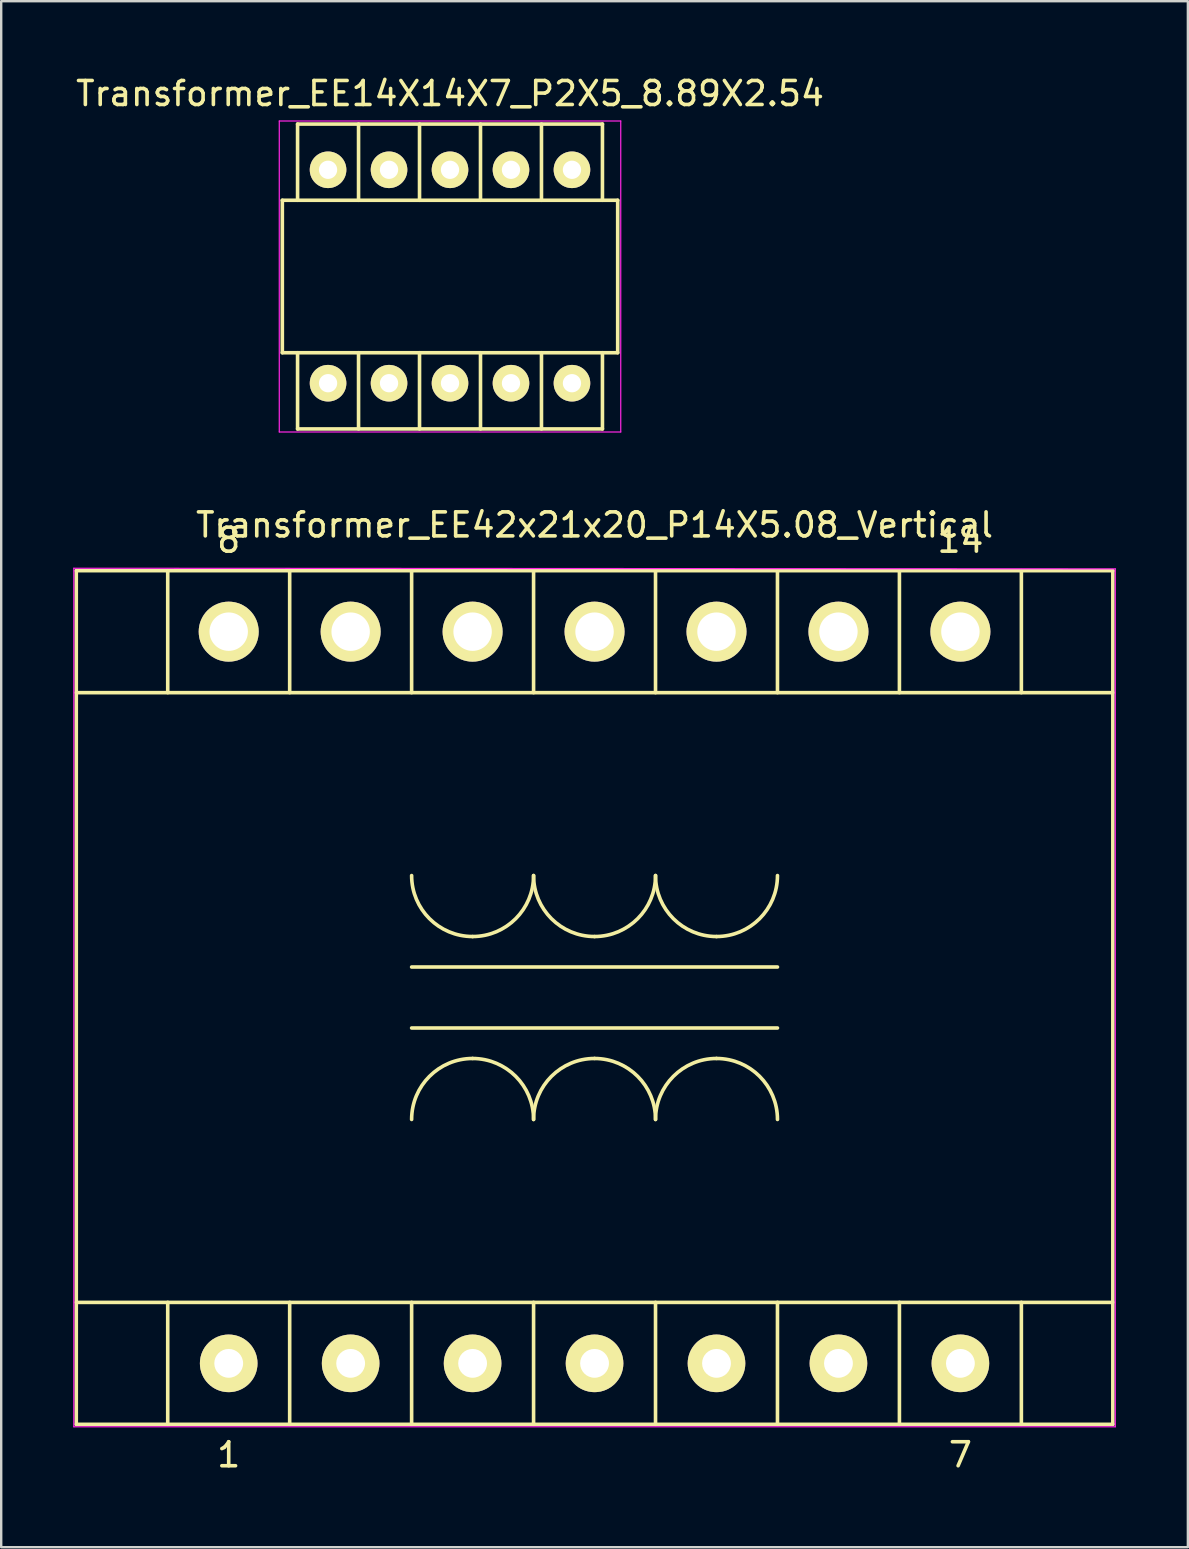
<source format=kicad_pcb>
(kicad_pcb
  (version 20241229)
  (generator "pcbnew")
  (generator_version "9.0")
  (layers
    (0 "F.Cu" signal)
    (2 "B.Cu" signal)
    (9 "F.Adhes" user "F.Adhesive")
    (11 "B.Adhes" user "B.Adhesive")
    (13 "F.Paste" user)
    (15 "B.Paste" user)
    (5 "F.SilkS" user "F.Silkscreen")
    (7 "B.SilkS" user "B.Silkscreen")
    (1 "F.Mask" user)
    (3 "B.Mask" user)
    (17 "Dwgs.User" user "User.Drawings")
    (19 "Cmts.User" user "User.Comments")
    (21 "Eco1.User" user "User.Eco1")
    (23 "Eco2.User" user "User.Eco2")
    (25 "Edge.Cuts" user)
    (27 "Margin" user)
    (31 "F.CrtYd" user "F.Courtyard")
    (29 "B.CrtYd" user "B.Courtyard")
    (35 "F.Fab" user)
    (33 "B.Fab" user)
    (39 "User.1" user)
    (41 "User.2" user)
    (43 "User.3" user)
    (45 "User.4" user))
  (footprint "Transformer_EE14X14X7_P2X5_8.89X2.54"
    (layer "F.Cu")
    (at 10.616 12.913)
    (property "Reference" "Transformer_EE14X14X7_P2X5_8.89X2.54" (at 5.08 -12.065 0) (layer "F.SilkS") (effects (font (size 1 1) (thickness 0.15))))
    (attr through_hole)
    (fp_line (start -1.905 -7.62) (end -1.905 -1.27) (stroke (width 0.15) (type solid)) (layer "F.SilkS"))
    (fp_line (start -1.905 -7.62) (end 12.065 -7.62) (stroke (width 0.15) (type solid)) (layer "F.SilkS"))
    (fp_line (start -1.905 -1.27) (end 12.065 -1.27) (stroke (width 0.15) (type solid)) (layer "F.SilkS"))
    (fp_line (start -1.27 -10.795) (end 11.43 -10.795) (stroke (width 0.15) (type solid)) (layer "F.SilkS"))
    (fp_line (start -1.27 -7.62) (end -1.27 -10.795) (stroke (width 0.15) (type solid)) (layer "F.SilkS"))
    (fp_line (start -1.27 -1.27) (end -1.27 1.905) (stroke (width 0.15) (type solid)) (layer "F.SilkS"))
    (fp_line (start -1.27 1.905) (end 11.43 1.905) (stroke (width 0.15) (type solid)) (layer "F.SilkS"))
    (fp_line (start 1.27 -7.62) (end 1.27 -10.795) (stroke (width 0.15) (type solid)) (layer "F.SilkS"))
    (fp_line (start 1.27 -1.27) (end 1.27 1.905) (stroke (width 0.15) (type solid)) (layer "F.SilkS"))
    (fp_line (start 3.81 -7.62) (end 3.81 -10.795) (stroke (width 0.15) (type solid)) (layer "F.SilkS"))
    (fp_line (start 3.81 -1.27) (end 3.81 1.905) (stroke (width 0.15) (type solid)) (layer "F.SilkS"))
    (fp_line (start 6.35 -7.62) (end 6.35 -10.795) (stroke (width 0.15) (type solid)) (layer "F.SilkS"))
    (fp_line (start 6.35 -1.27) (end 6.35 1.905) (stroke (width 0.15) (type solid)) (layer "F.SilkS"))
    (fp_line (start 8.89 -7.62) (end 8.89 -10.795) (stroke (width 0.15) (type solid)) (layer "F.SilkS"))
    (fp_line (start 8.89 -1.27) (end 8.89 1.905) (stroke (width 0.15) (type solid)) (layer "F.SilkS"))
    (fp_line (start 11.43 -7.62) (end 11.43 -10.795) (stroke (width 0.15) (type solid)) (layer "F.SilkS"))
    (fp_line (start 11.43 -1.27) (end 11.43 1.905) (stroke (width 0.15) (type solid)) (layer "F.SilkS"))
    (fp_line (start 12.065 -7.62) (end 12.065 -1.27) (stroke (width 0.15) (type solid)) (layer "F.SilkS"))
    (fp_line (start -2.032 -10.922) (end 12.192 -10.922) (stroke (width 0.05) (type solid)) (layer "F.CrtYd"))
    (fp_line (start -2.032 2.032) (end -2.032 -10.922) (stroke (width 0.05) (type solid)) (layer "F.CrtYd"))
    (fp_line (start 12.192 -10.922) (end 12.192 2.032) (stroke (width 0.05) (type solid)) (layer "F.CrtYd"))
    (fp_line (start 12.192 2.032) (end -2.032 2.032) (stroke (width 0.05) (type solid)) (layer "F.CrtYd"))
    (pad "1" thru_hole circle (at 0 0) (size 1.524 1.524) (drill 0.762) (layers "*.Cu" "*.Mask" "F.SilkS"))
    (pad "2" thru_hole circle (at 2.54 0) (size 1.524 1.524) (drill 0.762) (layers "*.Cu" "*.Mask" "F.SilkS"))
    (pad "3" thru_hole circle (at 5.08 0) (size 1.524 1.524) (drill 0.762) (layers "*.Cu" "*.Mask" "F.SilkS"))
    (pad "4" thru_hole circle (at 7.62 0) (size 1.524 1.524) (drill 0.762) (layers "*.Cu" "*.Mask" "F.SilkS"))
    (pad "5" thru_hole circle (at 10.16 0) (size 1.524 1.524) (drill 0.762) (layers "*.Cu" "*.Mask" "F.SilkS"))
    (pad "6" thru_hole circle (at 10.16 -8.89) (size 1.524 1.524) (drill 0.762) (layers "*.Cu" "*.Mask" "F.SilkS"))
    (pad "7" thru_hole circle (at 7.62 -8.89) (size 1.524 1.524) (drill 0.762) (layers "*.Cu" "*.Mask" "F.SilkS"))
    (pad "8" thru_hole circle (at 5.08 -8.89) (size 1.524 1.524) (drill 0.762) (layers "*.Cu" "*.Mask" "F.SilkS"))
    (pad "9" thru_hole circle (at 2.54 -8.89) (size 1.524 1.524) (drill 0.762) (layers "*.Cu" "*.Mask" "F.SilkS"))
    (pad "10" thru_hole circle (at 0 -8.89) (size 1.524 1.524) (drill 0.762) (layers "*.Cu" "*.Mask" "F.SilkS")))
  (footprint "Transformer_EE42x21x20_P14X5.08_Vertical"
    (layer "F.Cu")
    (at 6.477 53.743)
    (property "Reference" "Transformer_EE42x21x20_P14X5.08_Vertical" (at 15.24 -34.925 0) (layer "F.SilkS") (effects (font (size 1 1) (thickness 0.15))))
    (attr through_hole)
    (fp_line (start -6.35 -33.02) (end -6.35 2.54) (stroke (width 0.15) (type solid)) (layer "F.SilkS"))
    (fp_line (start -6.35 -33.02) (end 36.83 -33.02) (stroke (width 0.15) (type solid)) (layer "F.SilkS"))
    (fp_line (start -6.35 -27.94) (end 36.83 -27.94) (stroke (width 0.15) (type solid)) (layer "F.SilkS"))
    (fp_line (start -6.35 -2.54) (end 36.83 -2.54) (stroke (width 0.15) (type solid)) (layer "F.SilkS"))
    (fp_line (start -6.35 2.54) (end 36.83 2.54) (stroke (width 0.15) (type solid)) (layer "F.SilkS"))
    (fp_line (start -2.54 -33.02) (end -2.54 -27.94) (stroke (width 0.15) (type solid)) (layer "F.SilkS"))
    (fp_line (start -2.54 -2.54) (end -2.54 2.54) (stroke (width 0.15) (type solid)) (layer "F.SilkS"))
    (fp_line (start 2.54 -33.02) (end 2.54 -27.94) (stroke (width 0.15) (type solid)) (layer "F.SilkS"))
    (fp_line (start 2.54 -2.54) (end 2.54 2.54) (stroke (width 0.15) (type solid)) (layer "F.SilkS"))
    (fp_line (start 7.62 -33.02) (end 7.62 -27.94) (stroke (width 0.15) (type solid)) (layer "F.SilkS"))
    (fp_line (start 7.62 -16.51) (end 22.86 -16.51) (stroke (width 0.15) (type solid)) (layer "F.SilkS"))
    (fp_line (start 7.62 -13.97) (end 22.86 -13.97) (stroke (width 0.15) (type solid)) (layer "F.SilkS"))
    (fp_line (start 7.62 -2.54) (end 7.62 2.54) (stroke (width 0.15) (type solid)) (layer "F.SilkS"))
    (fp_line (start 12.7 -33.02) (end 12.7 -27.94) (stroke (width 0.15) (type solid)) (layer "F.SilkS"))
    (fp_line (start 12.7 -2.54) (end 12.7 2.54) (stroke (width 0.15) (type solid)) (layer "F.SilkS"))
    (fp_line (start 17.78 -33.02) (end 17.78 -27.94) (stroke (width 0.15) (type solid)) (layer "F.SilkS"))
    (fp_line (start 17.78 -2.54) (end 17.78 2.54) (stroke (width 0.15) (type solid)) (layer "F.SilkS"))
    (fp_line (start 22.86 -33.02) (end 22.86 -27.94) (stroke (width 0.15) (type solid)) (layer "F.SilkS"))
    (fp_line (start 22.86 -2.54) (end 22.86 2.54) (stroke (width 0.15) (type solid)) (layer "F.SilkS"))
    (fp_line (start 27.94 -33.02) (end 27.94 -27.94) (stroke (width 0.15) (type solid)) (layer "F.SilkS"))
    (fp_line (start 27.94 -2.54) (end 27.94 2.54) (stroke (width 0.15) (type solid)) (layer "F.SilkS"))
    (fp_line (start 33.02 -33.02) (end 33.02 -27.94) (stroke (width 0.15) (type solid)) (layer "F.SilkS"))
    (fp_line (start 33.02 -2.54) (end 33.02 2.54) (stroke (width 0.15) (type solid)) (layer "F.SilkS"))
    (fp_line (start 36.83 -33.02) (end 36.83 2.54) (stroke (width 0.15) (type solid)) (layer "F.SilkS"))
    (fp_arc (start 7.62 -10.16) (mid 8.363949 -11.956051) (end 10.16 -12.7) (stroke (width 0.15) (type solid)) (layer "F.SilkS"))
    (fp_arc (start 10.16 -17.78) (mid 8.363949 -18.523949) (end 7.62 -20.32) (stroke (width 0.15) (type solid)) (layer "F.SilkS"))
    (fp_arc (start 10.16 -12.7) (mid 11.956051 -11.956051) (end 12.7 -10.16) (stroke (width 0.15) (type solid)) (layer "F.SilkS"))
    (fp_arc (start 12.7 -20.32) (mid 11.956051 -18.523949) (end 10.16 -17.78) (stroke (width 0.15) (type solid)) (layer "F.SilkS"))
    (fp_arc (start 12.7 -10.16) (mid 13.443949 -11.956051) (end 15.24 -12.7) (stroke (width 0.15) (type solid)) (layer "F.SilkS"))
    (fp_arc (start 15.24 -17.78) (mid 13.443949 -18.523949) (end 12.7 -20.32) (stroke (width 0.15) (type solid)) (layer "F.SilkS"))
    (fp_arc (start 15.24 -12.7) (mid 17.036051 -11.956051) (end 17.78 -10.16) (stroke (width 0.15) (type solid)) (layer "F.SilkS"))
    (fp_arc (start 17.78 -20.32) (mid 17.036051 -18.523949) (end 15.24 -17.78) (stroke (width 0.15) (type solid)) (layer "F.SilkS"))
    (fp_arc (start 17.78 -10.16) (mid 18.523949 -11.956051) (end 20.32 -12.7) (stroke (width 0.15) (type solid)) (layer "F.SilkS"))
    (fp_arc (start 20.32 -17.78) (mid 18.523949 -18.523949) (end 17.78 -20.32) (stroke (width 0.15) (type solid)) (layer "F.SilkS"))
    (fp_arc (start 20.32 -12.7) (mid 22.116051 -11.956051) (end 22.86 -10.16) (stroke (width 0.15) (type solid)) (layer "F.SilkS"))
    (fp_arc (start 22.86 -20.32) (mid 22.116051 -18.523949) (end 20.32 -17.78) (stroke (width 0.15) (type solid)) (layer "F.SilkS"))
    (fp_line (start -6.452 -33.122) (end 36.932 -33.096) (stroke (width 0.05) (type solid)) (layer "F.CrtYd"))
    (fp_line (start -6.452 2.642) (end -6.452 -33.122) (stroke (width 0.05) (type solid)) (layer "F.CrtYd"))
    (fp_line (start 36.932 -33.096) (end 36.932 2.642) (stroke (width 0.05) (type solid)) (layer "F.CrtYd"))
    (fp_line (start 36.932 2.642) (end -6.452 2.642) (stroke (width 0.05) (type solid)) (layer "F.CrtYd"))
    (fp_text user "1" (at 0 3.81 0) (layer "F.SilkS") (effects (font (size 1 1) (thickness 0.15))))
    (fp_text user "14" (at 30.48 -34.29 0) (layer "F.SilkS") (effects (font (size 1 1) (thickness 0.15))))
    (fp_text user "7" (at 30.48 3.81 0) (layer "F.SilkS") (effects (font (size 1 1) (thickness 0.15))))
    (fp_text user "8" (at 0 -34.29 0) (layer "F.SilkS") (effects (font (size 1 1) (thickness 0.15))))
    (pad "1" thru_hole circle (at 0 0 180) (size 2.4 2.4) (drill 1.2) (layers "*.Cu" "*.Mask" "F.SilkS"))
    (pad "2" thru_hole circle (at 5.08 0 180) (size 2.4 2.4) (drill 1.2) (layers "*.Cu" "*.Mask" "F.SilkS"))
    (pad "3" thru_hole circle (at 10.16 0 180) (size 2.4 2.4) (drill 1.2) (layers "*.Cu" "*.Mask" "F.SilkS"))
    (pad "4" thru_hole circle (at 15.24 0 180) (size 2.4 2.4) (drill 1.2) (layers "*.Cu" "*.Mask" "F.SilkS"))
    (pad "5" thru_hole circle (at 20.32 0 180) (size 2.4 2.4) (drill 1.2) (layers "*.Cu" "*.Mask" "F.SilkS"))
    (pad "6" thru_hole circle (at 25.4 0 180) (size 2.4 2.4) (drill 1.2) (layers "*.Cu" "*.Mask" "F.SilkS"))
    (pad "7" thru_hole circle (at 30.48 0 180) (size 2.4 2.4) (drill 1.2) (layers "*.Cu" "*.Mask" "F.SilkS"))
    (pad "8" thru_hole circle (at 30.48 -30.48) (size 2.499 2.499) (drill 1.6) (layers "*.Cu" "*.Mask" "F.SilkS"))
    (pad "9" thru_hole circle (at 25.4 -30.48) (size 2.499 2.499) (drill 1.6) (layers "*.Cu" "*.Mask" "F.SilkS"))
    (pad "10" thru_hole circle (at 20.32 -30.48) (size 2.499 2.499) (drill 1.6) (layers "*.Cu" "*.Mask" "F.SilkS"))
    (pad "11" thru_hole circle (at 15.24 -30.48) (size 2.499 2.499) (drill 1.6) (layers "*.Cu" "*.Mask" "F.SilkS"))
    (pad "12" thru_hole circle (at 10.16 -30.48) (size 2.499 2.499) (drill 1.6) (layers "*.Cu" "*.Mask" "F.SilkS"))
    (pad "13" thru_hole circle (at 5.08 -30.48) (size 2.499 2.499) (drill 1.6) (layers "*.Cu" "*.Mask" "F.SilkS"))
    (pad "14" thru_hole circle (at 0 -30.48) (size 2.499 2.499) (drill 1.6) (layers "*.Cu" "*.Mask" "F.SilkS")))
  (gr_rect
    (start -3 -3)
    (end 46.433 61.402)
    (stroke (width 0.1) (type default))
    (fill no)
    (layer "Edge.Cuts")))
</source>
